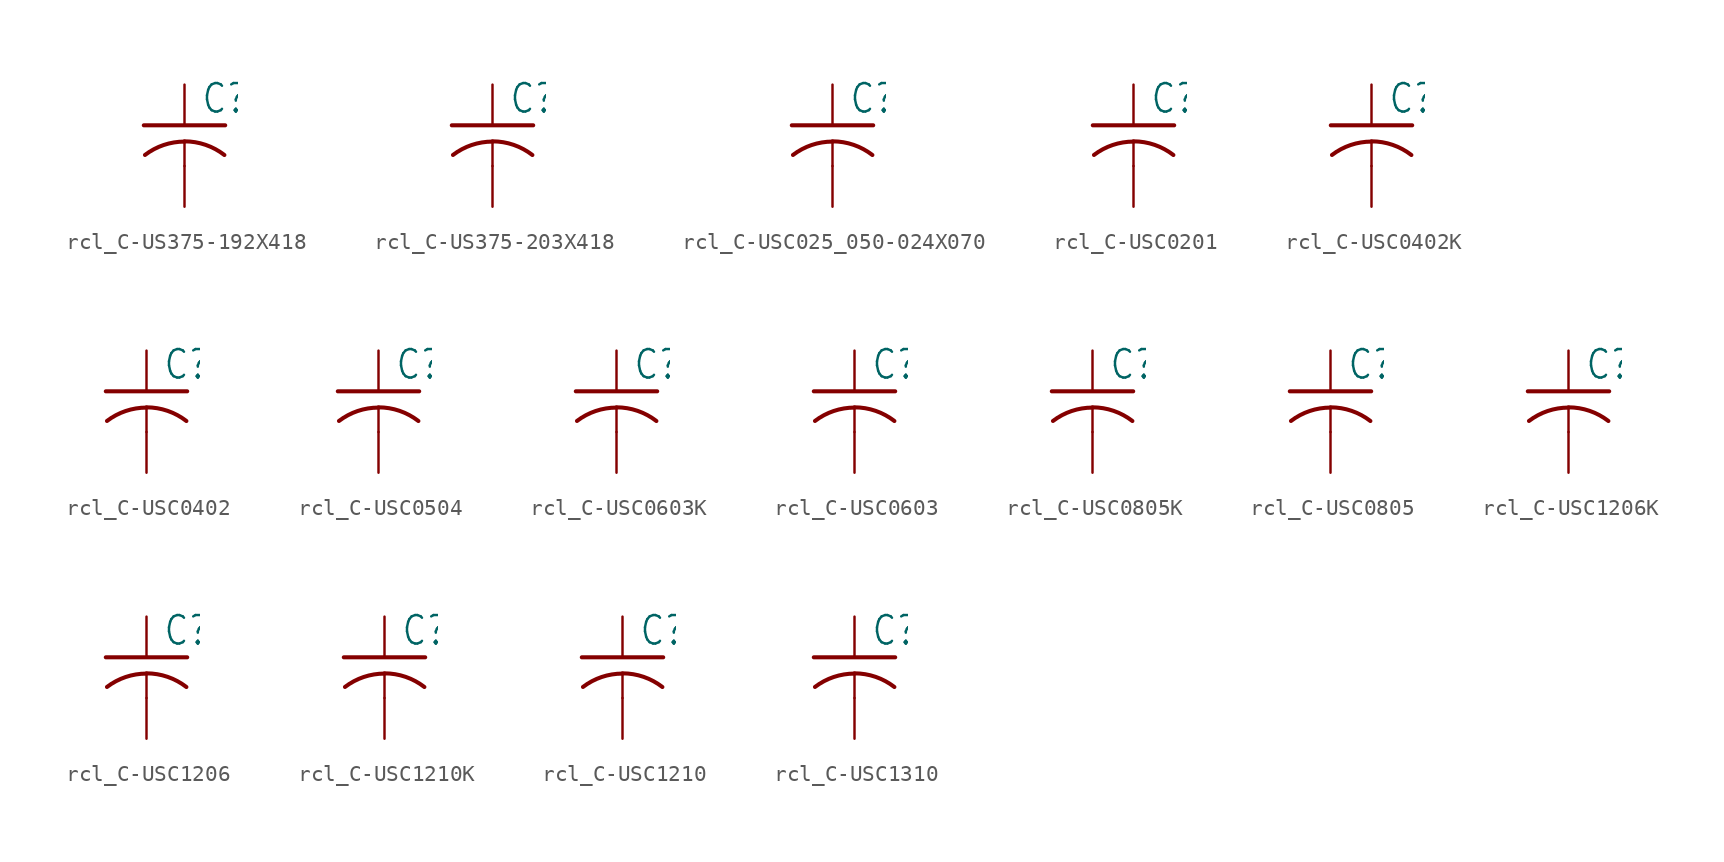
<source format=kicad_sym>
(kicad_symbol_lib
  (version 20231120)
  (generator "kicad_symbol_editor")
  (generator_version "8.0")
  (symbol "rcl_C-US375-192X418"
    (property "Reference" "C"
      (at 1.016 0.635 0)
      (effects (font (size 1.778 1.511)) (justify left bottom)))
    (property "Value" ""
      (at 1.016 -4.191 0)
      (effects (font (size 1.778 1.511)) (justify left bottom)))
    (property "ki_locked" ""
      (at 0 0 0)
      (effects (font (size 1.27 1.27))))
    (symbol "rcl_C-US375-192X418_1_0"
      (arc (start 0 -1.0161) (mid -1.302 -1.2303) (end -2.4668 -1.8504) (stroke (width 0.254) (type solid)) (fill (type none)))
      (polyline (pts (xy -2.54 0) (xy 2.54 0)) (stroke (width 0.254) (type solid)) (fill (type none)))
      (polyline (pts (xy 0 -1.016) (xy 0 -2.54)) (stroke (width 0.152) (type solid)) (fill (type none)))
      (arc (start 2.4892 -1.8541) (mid 1.3158 -1.2194) (end 0 -1) (stroke (width 0.254) (type solid)) (fill (type none)))
      (pin passive line (at 0 2.54 270) (length 2.54) (name "1" (effects (font (size 0 0)))) (number "1" (effects (font (size 0 0)))))
      (pin passive line (at 0 -5.08 90) (length 2.54) (name "2" (effects (font (size 0 0)))) (number "2" (effects (font (size 0 0)))))))
  (symbol "rcl_C-US375-203X418"
    (property "Reference" "C"
      (at 1.016 0.635 0)
      (effects (font (size 1.778 1.511)) (justify left bottom)))
    (property "Value" ""
      (at 1.016 -4.191 0)
      (effects (font (size 1.778 1.511)) (justify left bottom)))
    (property "ki_locked" ""
      (at 0 0 0)
      (effects (font (size 1.27 1.27))))
    (symbol "rcl_C-US375-203X418_1_0"
      (arc (start 0 -1.0161) (mid -1.302 -1.2303) (end -2.4668 -1.8504) (stroke (width 0.254) (type solid)) (fill (type none)))
      (polyline (pts (xy -2.54 0) (xy 2.54 0)) (stroke (width 0.254) (type solid)) (fill (type none)))
      (polyline (pts (xy 0 -1.016) (xy 0 -2.54)) (stroke (width 0.152) (type solid)) (fill (type none)))
      (arc (start 2.4892 -1.8541) (mid 1.3158 -1.2194) (end 0 -1) (stroke (width 0.254) (type solid)) (fill (type none)))
      (pin passive line (at 0 2.54 270) (length 2.54) (name "1" (effects (font (size 0 0)))) (number "1" (effects (font (size 0 0)))))
      (pin passive line (at 0 -5.08 90) (length 2.54) (name "2" (effects (font (size 0 0)))) (number "2" (effects (font (size 0 0)))))))
  (symbol "rcl_C-USC025_050-024X070"
    (property "Reference" "C"
      (at 1.016 0.635 0)
      (effects (font (size 1.778 1.511)) (justify left bottom)))
    (property "Value" ""
      (at 1.016 -4.191 0)
      (effects (font (size 1.778 1.511)) (justify left bottom)))
    (property "ki_locked" ""
      (at 0 0 0)
      (effects (font (size 1.27 1.27))))
    (symbol "rcl_C-USC025_050-024X070_1_0"
      (arc (start 0 -1.0161) (mid -1.302 -1.2303) (end -2.4668 -1.8504) (stroke (width 0.254) (type solid)) (fill (type none)))
      (polyline (pts (xy -2.54 0) (xy 2.54 0)) (stroke (width 0.254) (type solid)) (fill (type none)))
      (polyline (pts (xy 0 -1.016) (xy 0 -2.54)) (stroke (width 0.152) (type solid)) (fill (type none)))
      (arc (start 2.4892 -1.8541) (mid 1.3158 -1.2194) (end 0 -1) (stroke (width 0.254) (type solid)) (fill (type none)))
      (pin passive line (at 0 2.54 270) (length 2.54) (name "1" (effects (font (size 0 0)))) (number "1" (effects (font (size 0 0)))))
      (pin passive line (at 0 -5.08 90) (length 2.54) (name "2" (effects (font (size 0 0)))) (number "2" (effects (font (size 0 0)))))))
  (symbol "rcl_C-USC0201"
    (property "Reference" "C"
      (at 1.016 0.635 0)
      (effects (font (size 1.778 1.511)) (justify left bottom)))
    (property "Value" ""
      (at 1.016 -4.191 0)
      (effects (font (size 1.778 1.511)) (justify left bottom)))
    (property "ki_locked" ""
      (at 0 0 0)
      (effects (font (size 1.27 1.27))))
    (symbol "rcl_C-USC0201_1_0"
      (arc (start 0 -1.0161) (mid -1.302 -1.2303) (end -2.4668 -1.8504) (stroke (width 0.254) (type solid)) (fill (type none)))
      (polyline (pts (xy -2.54 0) (xy 2.54 0)) (stroke (width 0.254) (type solid)) (fill (type none)))
      (polyline (pts (xy 0 -1.016) (xy 0 -2.54)) (stroke (width 0.152) (type solid)) (fill (type none)))
      (arc (start 2.4892 -1.8541) (mid 1.3158 -1.2194) (end 0 -1) (stroke (width 0.254) (type solid)) (fill (type none)))
      (pin passive line (at 0 2.54 270) (length 2.54) (name "1" (effects (font (size 0 0)))) (number "1" (effects (font (size 0 0)))))
      (pin passive line (at 0 -5.08 90) (length 2.54) (name "2" (effects (font (size 0 0)))) (number "2" (effects (font (size 0 0)))))))
  (symbol "rcl_C-USC0402K"
    (property "Reference" "C"
      (at 1.016 0.635 0)
      (effects (font (size 1.778 1.511)) (justify left bottom)))
    (property "Value" ""
      (at 1.016 -4.191 0)
      (effects (font (size 1.778 1.511)) (justify left bottom)))
    (property "ki_locked" ""
      (at 0 0 0)
      (effects (font (size 1.27 1.27))))
    (symbol "rcl_C-USC0402K_1_0"
      (arc (start 0 -1.0161) (mid -1.302 -1.2303) (end -2.4668 -1.8504) (stroke (width 0.254) (type solid)) (fill (type none)))
      (polyline (pts (xy -2.54 0) (xy 2.54 0)) (stroke (width 0.254) (type solid)) (fill (type none)))
      (polyline (pts (xy 0 -1.016) (xy 0 -2.54)) (stroke (width 0.152) (type solid)) (fill (type none)))
      (arc (start 2.4892 -1.8541) (mid 1.3158 -1.2194) (end 0 -1) (stroke (width 0.254) (type solid)) (fill (type none)))
      (pin passive line (at 0 2.54 270) (length 2.54) (name "1" (effects (font (size 0 0)))) (number "1" (effects (font (size 0 0)))))
      (pin passive line (at 0 -5.08 90) (length 2.54) (name "2" (effects (font (size 0 0)))) (number "2" (effects (font (size 0 0)))))))
  (symbol "rcl_C-USC0402"
    (property "Reference" "C"
      (at 1.016 0.635 0)
      (effects (font (size 1.778 1.511)) (justify left bottom)))
    (property "Value" ""
      (at 1.016 -4.191 0)
      (effects (font (size 1.778 1.511)) (justify left bottom)))
    (property "ki_locked" ""
      (at 0 0 0)
      (effects (font (size 1.27 1.27))))
    (symbol "rcl_C-USC0402_1_0"
      (arc (start 0 -1.0161) (mid -1.302 -1.2303) (end -2.4668 -1.8504) (stroke (width 0.254) (type solid)) (fill (type none)))
      (polyline (pts (xy -2.54 0) (xy 2.54 0)) (stroke (width 0.254) (type solid)) (fill (type none)))
      (polyline (pts (xy 0 -1.016) (xy 0 -2.54)) (stroke (width 0.152) (type solid)) (fill (type none)))
      (arc (start 2.4892 -1.8541) (mid 1.3158 -1.2194) (end 0 -1) (stroke (width 0.254) (type solid)) (fill (type none)))
      (pin passive line (at 0 2.54 270) (length 2.54) (name "1" (effects (font (size 0 0)))) (number "1" (effects (font (size 0 0)))))
      (pin passive line (at 0 -5.08 90) (length 2.54) (name "2" (effects (font (size 0 0)))) (number "2" (effects (font (size 0 0)))))))
  (symbol "rcl_C-USC0504"
    (property "Reference" "C"
      (at 1.016 0.635 0)
      (effects (font (size 1.778 1.511)) (justify left bottom)))
    (property "Value" ""
      (at 1.016 -4.191 0)
      (effects (font (size 1.778 1.511)) (justify left bottom)))
    (property "ki_locked" ""
      (at 0 0 0)
      (effects (font (size 1.27 1.27))))
    (symbol "rcl_C-USC0504_1_0"
      (arc (start 0 -1.0161) (mid -1.302 -1.2303) (end -2.4668 -1.8504) (stroke (width 0.254) (type solid)) (fill (type none)))
      (polyline (pts (xy -2.54 0) (xy 2.54 0)) (stroke (width 0.254) (type solid)) (fill (type none)))
      (polyline (pts (xy 0 -1.016) (xy 0 -2.54)) (stroke (width 0.152) (type solid)) (fill (type none)))
      (arc (start 2.4892 -1.8541) (mid 1.3158 -1.2194) (end 0 -1) (stroke (width 0.254) (type solid)) (fill (type none)))
      (pin passive line (at 0 2.54 270) (length 2.54) (name "1" (effects (font (size 0 0)))) (number "1" (effects (font (size 0 0)))))
      (pin passive line (at 0 -5.08 90) (length 2.54) (name "2" (effects (font (size 0 0)))) (number "2" (effects (font (size 0 0)))))))
  (symbol "rcl_C-USC0603K"
    (property "Reference" "C"
      (at 1.016 0.635 0)
      (effects (font (size 1.778 1.511)) (justify left bottom)))
    (property "Value" ""
      (at 1.016 -4.191 0)
      (effects (font (size 1.778 1.511)) (justify left bottom)))
    (property "ki_locked" ""
      (at 0 0 0)
      (effects (font (size 1.27 1.27))))
    (symbol "rcl_C-USC0603K_1_0"
      (arc (start 0 -1.0161) (mid -1.302 -1.2303) (end -2.4668 -1.8504) (stroke (width 0.254) (type solid)) (fill (type none)))
      (polyline (pts (xy -2.54 0) (xy 2.54 0)) (stroke (width 0.254) (type solid)) (fill (type none)))
      (polyline (pts (xy 0 -1.016) (xy 0 -2.54)) (stroke (width 0.152) (type solid)) (fill (type none)))
      (arc (start 2.4892 -1.8541) (mid 1.3158 -1.2194) (end 0 -1) (stroke (width 0.254) (type solid)) (fill (type none)))
      (pin passive line (at 0 2.54 270) (length 2.54) (name "1" (effects (font (size 0 0)))) (number "1" (effects (font (size 0 0)))))
      (pin passive line (at 0 -5.08 90) (length 2.54) (name "2" (effects (font (size 0 0)))) (number "2" (effects (font (size 0 0)))))))
  (symbol "rcl_C-USC0603"
    (property "Reference" "C"
      (at 1.016 0.635 0)
      (effects (font (size 1.778 1.511)) (justify left bottom)))
    (property "Value" ""
      (at 1.016 -4.191 0)
      (effects (font (size 1.778 1.511)) (justify left bottom)))
    (property "ki_locked" ""
      (at 0 0 0)
      (effects (font (size 1.27 1.27))))
    (symbol "rcl_C-USC0603_1_0"
      (arc (start 0 -1.0161) (mid -1.302 -1.2303) (end -2.4668 -1.8504) (stroke (width 0.254) (type solid)) (fill (type none)))
      (polyline (pts (xy -2.54 0) (xy 2.54 0)) (stroke (width 0.254) (type solid)) (fill (type none)))
      (polyline (pts (xy 0 -1.016) (xy 0 -2.54)) (stroke (width 0.152) (type solid)) (fill (type none)))
      (arc (start 2.4892 -1.8541) (mid 1.3158 -1.2194) (end 0 -1) (stroke (width 0.254) (type solid)) (fill (type none)))
      (pin passive line (at 0 2.54 270) (length 2.54) (name "1" (effects (font (size 0 0)))) (number "1" (effects (font (size 0 0)))))
      (pin passive line (at 0 -5.08 90) (length 2.54) (name "2" (effects (font (size 0 0)))) (number "2" (effects (font (size 0 0)))))))
  (symbol "rcl_C-USC0805K"
    (property "Reference" "C"
      (at 1.016 0.635 0)
      (effects (font (size 1.778 1.511)) (justify left bottom)))
    (property "Value" ""
      (at 1.016 -4.191 0)
      (effects (font (size 1.778 1.511)) (justify left bottom)))
    (property "ki_locked" ""
      (at 0 0 0)
      (effects (font (size 1.27 1.27))))
    (symbol "rcl_C-USC0805K_1_0"
      (arc (start 0 -1.0161) (mid -1.302 -1.2303) (end -2.4668 -1.8504) (stroke (width 0.254) (type solid)) (fill (type none)))
      (polyline (pts (xy -2.54 0) (xy 2.54 0)) (stroke (width 0.254) (type solid)) (fill (type none)))
      (polyline (pts (xy 0 -1.016) (xy 0 -2.54)) (stroke (width 0.152) (type solid)) (fill (type none)))
      (arc (start 2.4892 -1.8541) (mid 1.3158 -1.2194) (end 0 -1) (stroke (width 0.254) (type solid)) (fill (type none)))
      (pin passive line (at 0 2.54 270) (length 2.54) (name "1" (effects (font (size 0 0)))) (number "1" (effects (font (size 0 0)))))
      (pin passive line (at 0 -5.08 90) (length 2.54) (name "2" (effects (font (size 0 0)))) (number "2" (effects (font (size 0 0)))))))
  (symbol "rcl_C-USC0805"
    (property "Reference" "C"
      (at 1.016 0.635 0)
      (effects (font (size 1.778 1.511)) (justify left bottom)))
    (property "Value" ""
      (at 1.016 -4.191 0)
      (effects (font (size 1.778 1.511)) (justify left bottom)))
    (property "ki_locked" ""
      (at 0 0 0)
      (effects (font (size 1.27 1.27))))
    (symbol "rcl_C-USC0805_1_0"
      (arc (start 0 -1.0161) (mid -1.302 -1.2303) (end -2.4668 -1.8504) (stroke (width 0.254) (type solid)) (fill (type none)))
      (polyline (pts (xy -2.54 0) (xy 2.54 0)) (stroke (width 0.254) (type solid)) (fill (type none)))
      (polyline (pts (xy 0 -1.016) (xy 0 -2.54)) (stroke (width 0.152) (type solid)) (fill (type none)))
      (arc (start 2.4892 -1.8541) (mid 1.3158 -1.2194) (end 0 -1) (stroke (width 0.254) (type solid)) (fill (type none)))
      (pin passive line (at 0 2.54 270) (length 2.54) (name "1" (effects (font (size 0 0)))) (number "1" (effects (font (size 0 0)))))
      (pin passive line (at 0 -5.08 90) (length 2.54) (name "2" (effects (font (size 0 0)))) (number "2" (effects (font (size 0 0)))))))
  (symbol "rcl_C-USC1206K"
    (property "Reference" "C"
      (at 1.016 0.635 0)
      (effects (font (size 1.778 1.511)) (justify left bottom)))
    (property "Value" ""
      (at 1.016 -4.191 0)
      (effects (font (size 1.778 1.511)) (justify left bottom)))
    (property "ki_locked" ""
      (at 0 0 0)
      (effects (font (size 1.27 1.27))))
    (symbol "rcl_C-USC1206K_1_0"
      (arc (start 0 -1.0161) (mid -1.302 -1.2303) (end -2.4668 -1.8504) (stroke (width 0.254) (type solid)) (fill (type none)))
      (polyline (pts (xy -2.54 0) (xy 2.54 0)) (stroke (width 0.254) (type solid)) (fill (type none)))
      (polyline (pts (xy 0 -1.016) (xy 0 -2.54)) (stroke (width 0.152) (type solid)) (fill (type none)))
      (arc (start 2.4892 -1.8541) (mid 1.3158 -1.2194) (end 0 -1) (stroke (width 0.254) (type solid)) (fill (type none)))
      (pin passive line (at 0 2.54 270) (length 2.54) (name "1" (effects (font (size 0 0)))) (number "1" (effects (font (size 0 0)))))
      (pin passive line (at 0 -5.08 90) (length 2.54) (name "2" (effects (font (size 0 0)))) (number "2" (effects (font (size 0 0)))))))
  (symbol "rcl_C-USC1206"
    (property "Reference" "C"
      (at 1.016 0.635 0)
      (effects (font (size 1.778 1.511)) (justify left bottom)))
    (property "Value" ""
      (at 1.016 -4.191 0)
      (effects (font (size 1.778 1.511)) (justify left bottom)))
    (property "ki_locked" ""
      (at 0 0 0)
      (effects (font (size 1.27 1.27))))
    (symbol "rcl_C-USC1206_1_0"
      (arc (start 0 -1.0161) (mid -1.302 -1.2303) (end -2.4668 -1.8504) (stroke (width 0.254) (type solid)) (fill (type none)))
      (polyline (pts (xy -2.54 0) (xy 2.54 0)) (stroke (width 0.254) (type solid)) (fill (type none)))
      (polyline (pts (xy 0 -1.016) (xy 0 -2.54)) (stroke (width 0.152) (type solid)) (fill (type none)))
      (arc (start 2.4892 -1.8541) (mid 1.3158 -1.2194) (end 0 -1) (stroke (width 0.254) (type solid)) (fill (type none)))
      (pin passive line (at 0 2.54 270) (length 2.54) (name "1" (effects (font (size 0 0)))) (number "1" (effects (font (size 0 0)))))
      (pin passive line (at 0 -5.08 90) (length 2.54) (name "2" (effects (font (size 0 0)))) (number "2" (effects (font (size 0 0)))))))
  (symbol "rcl_C-USC1210K"
    (property "Reference" "C"
      (at 1.016 0.635 0)
      (effects (font (size 1.778 1.511)) (justify left bottom)))
    (property "Value" ""
      (at 1.016 -4.191 0)
      (effects (font (size 1.778 1.511)) (justify left bottom)))
    (property "ki_locked" ""
      (at 0 0 0)
      (effects (font (size 1.27 1.27))))
    (symbol "rcl_C-USC1210K_1_0"
      (arc (start 0 -1.0161) (mid -1.302 -1.2303) (end -2.4668 -1.8504) (stroke (width 0.254) (type solid)) (fill (type none)))
      (polyline (pts (xy -2.54 0) (xy 2.54 0)) (stroke (width 0.254) (type solid)) (fill (type none)))
      (polyline (pts (xy 0 -1.016) (xy 0 -2.54)) (stroke (width 0.152) (type solid)) (fill (type none)))
      (arc (start 2.4892 -1.8541) (mid 1.3158 -1.2194) (end 0 -1) (stroke (width 0.254) (type solid)) (fill (type none)))
      (pin passive line (at 0 2.54 270) (length 2.54) (name "1" (effects (font (size 0 0)))) (number "1" (effects (font (size 0 0)))))
      (pin passive line (at 0 -5.08 90) (length 2.54) (name "2" (effects (font (size 0 0)))) (number "2" (effects (font (size 0 0)))))))
  (symbol "rcl_C-USC1210"
    (property "Reference" "C"
      (at 1.016 0.635 0)
      (effects (font (size 1.778 1.511)) (justify left bottom)))
    (property "Value" ""
      (at 1.016 -4.191 0)
      (effects (font (size 1.778 1.511)) (justify left bottom)))
    (property "ki_locked" ""
      (at 0 0 0)
      (effects (font (size 1.27 1.27))))
    (symbol "rcl_C-USC1210_1_0"
      (arc (start 0 -1.0161) (mid -1.302 -1.2303) (end -2.4668 -1.8504) (stroke (width 0.254) (type solid)) (fill (type none)))
      (polyline (pts (xy -2.54 0) (xy 2.54 0)) (stroke (width 0.254) (type solid)) (fill (type none)))
      (polyline (pts (xy 0 -1.016) (xy 0 -2.54)) (stroke (width 0.152) (type solid)) (fill (type none)))
      (arc (start 2.4892 -1.8541) (mid 1.3158 -1.2194) (end 0 -1) (stroke (width 0.254) (type solid)) (fill (type none)))
      (pin passive line (at 0 2.54 270) (length 2.54) (name "1" (effects (font (size 0 0)))) (number "1" (effects (font (size 0 0)))))
      (pin passive line (at 0 -5.08 90) (length 2.54) (name "2" (effects (font (size 0 0)))) (number "2" (effects (font (size 0 0)))))))
  (symbol "rcl_C-USC1310"
    (property "Reference" "C"
      (at 1.016 0.635 0)
      (effects (font (size 1.778 1.511)) (justify left bottom)))
    (property "Value" ""
      (at 1.016 -4.191 0)
      (effects (font (size 1.778 1.511)) (justify left bottom)))
    (property "ki_locked" ""
      (at 0 0 0)
      (effects (font (size 1.27 1.27))))
    (symbol "rcl_C-USC1310_1_0"
      (arc (start 0 -1.0161) (mid -1.302 -1.2303) (end -2.4668 -1.8504) (stroke (width 0.254) (type solid)) (fill (type none)))
      (polyline (pts (xy -2.54 0) (xy 2.54 0)) (stroke (width 0.254) (type solid)) (fill (type none)))
      (polyline (pts (xy 0 -1.016) (xy 0 -2.54)) (stroke (width 0.152) (type solid)) (fill (type none)))
      (arc (start 2.4892 -1.8541) (mid 1.3158 -1.2194) (end 0 -1) (stroke (width 0.254) (type solid)) (fill (type none)))
      (pin passive line (at 0 2.54 270) (length 2.54) (name "1" (effects (font (size 0 0)))) (number "1" (effects (font (size 0 0)))))
      (pin passive line (at 0 -5.08 90) (length 2.54) (name "2" (effects (font (size 0 0)))) (number "2" (effects (font (size 0 0))))))))
</source>
